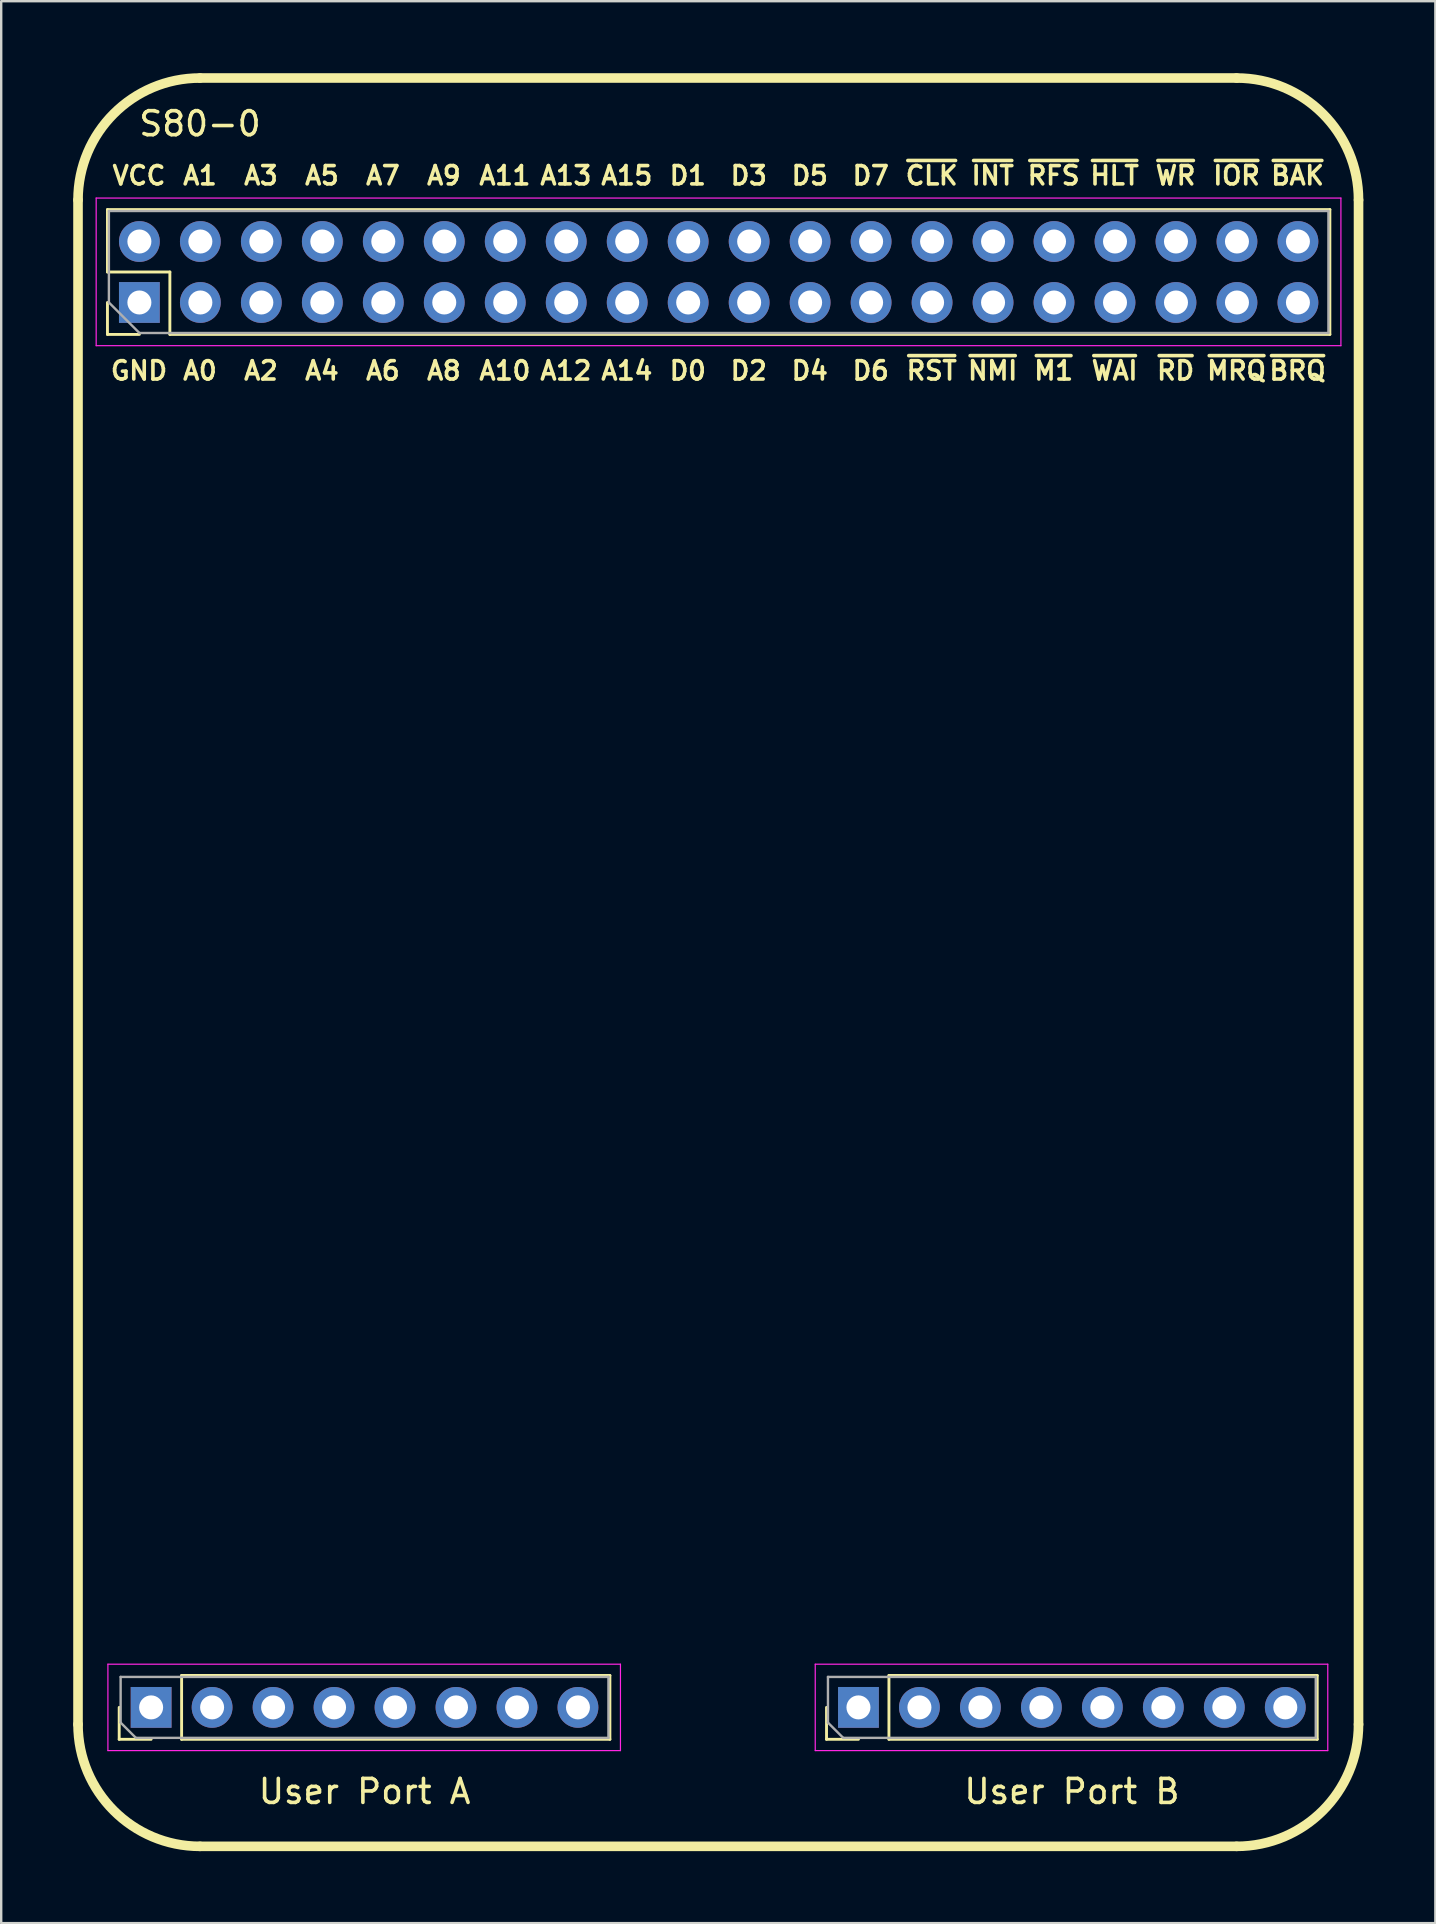
<source format=kicad_pcb>
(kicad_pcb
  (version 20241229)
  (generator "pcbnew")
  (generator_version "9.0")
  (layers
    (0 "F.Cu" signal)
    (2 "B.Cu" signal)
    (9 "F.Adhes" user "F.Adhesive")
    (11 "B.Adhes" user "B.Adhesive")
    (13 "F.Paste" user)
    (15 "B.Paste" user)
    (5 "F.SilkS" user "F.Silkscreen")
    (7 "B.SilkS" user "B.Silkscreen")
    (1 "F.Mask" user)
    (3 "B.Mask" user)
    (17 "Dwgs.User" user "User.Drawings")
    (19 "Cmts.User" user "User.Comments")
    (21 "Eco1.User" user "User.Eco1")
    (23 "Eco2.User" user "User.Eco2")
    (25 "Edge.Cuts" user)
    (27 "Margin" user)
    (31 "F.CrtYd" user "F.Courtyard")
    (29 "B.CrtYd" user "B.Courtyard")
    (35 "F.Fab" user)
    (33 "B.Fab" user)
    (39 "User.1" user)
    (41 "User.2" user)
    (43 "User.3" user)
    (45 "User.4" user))
  (footprint "S80-0"
    (layer "F.Cu")
    (at 26.87 37.03)
    (property "Reference" "S80-0" (at -21.59 -34.925 0) (layer "F.SilkS") (effects (font (size 1 1) (thickness 0.15))))
    (attr through_hole)
    (fp_line (start -26.67 -31.75) (end -26.67 31.75) (stroke (width 0.4) (type solid)) (layer "F.SilkS"))
    (fp_line (start -25.444 -31.35) (end 25.476 -31.35) (stroke (width 0.12) (type solid)) (layer "F.SilkS"))
    (fp_line (start -25.444 -28.75) (end -25.444 -31.35) (stroke (width 0.12) (type solid)) (layer "F.SilkS"))
    (fp_line (start -25.444 -26.15) (end -25.444 -27.48) (stroke (width 0.12) (type solid)) (layer "F.SilkS"))
    (fp_line (start -24.955 32.372) (end -24.955 31.042) (stroke (width 0.12) (type solid)) (layer "F.SilkS"))
    (fp_line (start -24.114 -26.15) (end -25.444 -26.15) (stroke (width 0.12) (type solid)) (layer "F.SilkS"))
    (fp_line (start -23.625 32.372) (end -24.955 32.372) (stroke (width 0.12) (type solid)) (layer "F.SilkS"))
    (fp_line (start -22.844 -28.75) (end -25.444 -28.75) (stroke (width 0.12) (type solid)) (layer "F.SilkS"))
    (fp_line (start -22.844 -26.15) (end -22.844 -28.75) (stroke (width 0.12) (type solid)) (layer "F.SilkS"))
    (fp_line (start -22.844 -26.15) (end 25.476 -26.15) (stroke (width 0.12) (type solid)) (layer "F.SilkS"))
    (fp_line (start -22.355 29.712) (end -4.515 29.712) (stroke (width 0.12) (type solid)) (layer "F.SilkS"))
    (fp_line (start -22.355 32.372) (end -22.355 29.712) (stroke (width 0.12) (type solid)) (layer "F.SilkS"))
    (fp_line (start -22.355 32.372) (end -4.515 32.372) (stroke (width 0.12) (type solid)) (layer "F.SilkS"))
    (fp_line (start -21.59 -36.83) (end 21.59 -36.83) (stroke (width 0.4) (type solid)) (layer "F.SilkS"))
    (fp_line (start -21.59 36.83) (end 21.59 36.83) (stroke (width 0.4) (type solid)) (layer "F.SilkS"))
    (fp_line (start -4.515 32.372) (end -4.515 29.712) (stroke (width 0.12) (type solid)) (layer "F.SilkS"))
    (fp_line (start 4.509 32.372) (end 4.509 31.042) (stroke (width 0.12) (type solid)) (layer "F.SilkS"))
    (fp_line (start 5.839 32.372) (end 4.509 32.372) (stroke (width 0.12) (type solid)) (layer "F.SilkS"))
    (fp_line (start 7.109 29.712) (end 24.949 29.712) (stroke (width 0.12) (type solid)) (layer "F.SilkS"))
    (fp_line (start 7.109 32.372) (end 7.109 29.712) (stroke (width 0.12) (type solid)) (layer "F.SilkS"))
    (fp_line (start 7.109 32.372) (end 24.949 32.372) (stroke (width 0.12) (type solid)) (layer "F.SilkS"))
    (fp_line (start 24.949 32.372) (end 24.949 29.712) (stroke (width 0.12) (type solid)) (layer "F.SilkS"))
    (fp_line (start 25.476 -26.15) (end 25.476 -31.35) (stroke (width 0.12) (type solid)) (layer "F.SilkS"))
    (fp_line (start 26.67 -31.75) (end 26.67 31.75) (stroke (width 0.4) (type solid)) (layer "F.SilkS"))
    (fp_arc (start -26.67 -31.75) (mid -25.182102 -35.342102) (end -21.59 -36.83) (stroke (width 0.4) (type solid)) (layer "F.SilkS"))
    (fp_arc (start -21.59 36.83) (mid -25.182102 35.342102) (end -26.67 31.75) (stroke (width 0.4) (type solid)) (layer "F.SilkS"))
    (fp_arc (start 21.59 -36.83) (mid 25.182102 -35.342102) (end 26.67 -31.75) (stroke (width 0.4) (type solid)) (layer "F.SilkS"))
    (fp_arc (start 26.67 31.75) (mid 25.182102 35.342102) (end 21.59 36.83) (stroke (width 0.4) (type solid)) (layer "F.SilkS"))
    (fp_line (start -25.914 -31.83) (end -25.914 -25.68) (stroke (width 0.05) (type solid)) (layer "F.CrtYd"))
    (fp_line (start -25.914 -25.68) (end 25.936 -25.68) (stroke (width 0.05) (type solid)) (layer "F.CrtYd"))
    (fp_line (start -25.425 29.242) (end -25.425 32.842) (stroke (width 0.05) (type solid)) (layer "F.CrtYd"))
    (fp_line (start -25.425 32.842) (end -4.075 32.842) (stroke (width 0.05) (type solid)) (layer "F.CrtYd"))
    (fp_line (start -4.075 29.242) (end -25.425 29.242) (stroke (width 0.05) (type solid)) (layer "F.CrtYd"))
    (fp_line (start -4.075 32.842) (end -4.075 29.242) (stroke (width 0.05) (type solid)) (layer "F.CrtYd"))
    (fp_line (start 4.039 29.242) (end 4.039 32.842) (stroke (width 0.05) (type solid)) (layer "F.CrtYd"))
    (fp_line (start 4.039 32.842) (end 25.389 32.842) (stroke (width 0.05) (type solid)) (layer "F.CrtYd"))
    (fp_line (start 25.389 29.242) (end 4.039 29.242) (stroke (width 0.05) (type solid)) (layer "F.CrtYd"))
    (fp_line (start 25.389 32.842) (end 25.389 29.242) (stroke (width 0.05) (type solid)) (layer "F.CrtYd"))
    (fp_line (start 25.936 -31.83) (end -25.914 -31.83) (stroke (width 0.05) (type solid)) (layer "F.CrtYd"))
    (fp_line (start 25.936 -25.68) (end 25.936 -31.83) (stroke (width 0.05) (type solid)) (layer "F.CrtYd"))
    (fp_line (start -25.384 -31.29) (end 25.416 -31.29) (stroke (width 0.1) (type solid)) (layer "F.Fab"))
    (fp_line (start -25.384 -27.48) (end -25.384 -31.29) (stroke (width 0.1) (type solid)) (layer "F.Fab"))
    (fp_line (start -24.895 29.772) (end -4.575 29.772) (stroke (width 0.1) (type solid)) (layer "F.Fab"))
    (fp_line (start -24.895 31.677) (end -24.895 29.772) (stroke (width 0.1) (type solid)) (layer "F.Fab"))
    (fp_line (start -24.26 32.312) (end -24.895 31.677) (stroke (width 0.1) (type solid)) (layer "F.Fab"))
    (fp_line (start -24.114 -26.21) (end -25.384 -27.48) (stroke (width 0.1) (type solid)) (layer "F.Fab"))
    (fp_line (start -4.575 29.772) (end -4.575 32.312) (stroke (width 0.1) (type solid)) (layer "F.Fab"))
    (fp_line (start -4.575 32.312) (end -24.26 32.312) (stroke (width 0.1) (type solid)) (layer "F.Fab"))
    (fp_line (start 4.569 29.772) (end 24.889 29.772) (stroke (width 0.1) (type solid)) (layer "F.Fab"))
    (fp_line (start 4.569 31.677) (end 4.569 29.772) (stroke (width 0.1) (type solid)) (layer "F.Fab"))
    (fp_line (start 5.204 32.312) (end 4.569 31.677) (stroke (width 0.1) (type solid)) (layer "F.Fab"))
    (fp_line (start 24.889 29.772) (end 24.889 32.312) (stroke (width 0.1) (type solid)) (layer "F.Fab"))
    (fp_line (start 24.889 32.312) (end 5.204 32.312) (stroke (width 0.1) (type solid)) (layer "F.Fab"))
    (fp_line (start 25.416 -31.29) (end 25.416 -26.21) (stroke (width 0.1) (type solid)) (layer "F.Fab"))
    (fp_line (start 25.416 -26.21) (end -24.114 -26.21) (stroke (width 0.1) (type solid)) (layer "F.Fab"))
    (fp_text user "D0" (at -1.27 -24.638 0) (layer "F.SilkS") (effects (font (size 0.762 0.762) (thickness 0.15))))
    (fp_text user "~{MRQ}" (at 21.59 -24.638 0) (layer "F.SilkS") (effects (font (size 0.762 0.762) (thickness 0.15))))
    (fp_text user "A1" (at -21.59 -32.766 0) (layer "F.SilkS") (effects (font (size 0.762 0.762) (thickness 0.15))))
    (fp_text user "D4" (at 3.81 -24.638 0) (layer "F.SilkS") (effects (font (size 0.762 0.762) (thickness 0.15))))
    (fp_text user "GND" (at -24.13 -24.638 0) (layer "F.SilkS") (effects (font (size 0.762 0.762) (thickness 0.15))))
    (fp_text user "~{INT}" (at 11.43 -32.766 0) (layer "F.SilkS") (effects (font (size 0.762 0.762) (thickness 0.15))))
    (fp_text user "~{WAI}" (at 16.51 -24.638 0) (layer "F.SilkS") (effects (font (size 0.762 0.762) (thickness 0.15))))
    (fp_text user "A4" (at -16.51 -24.638 0) (layer "F.SilkS") (effects (font (size 0.762 0.762) (thickness 0.15))))
    (fp_text user "~{HLT}" (at 16.51 -32.766 0) (layer "F.SilkS") (effects (font (size 0.762 0.762) (thickness 0.15))))
    (fp_text user "D7" (at 6.35 -32.766 0) (layer "F.SilkS") (effects (font (size 0.762 0.762) (thickness 0.15))))
    (fp_text user "A0" (at -21.59 -24.638 0) (layer "F.SilkS") (effects (font (size 0.762 0.762) (thickness 0.15))))
    (fp_text user "A7" (at -13.97 -32.766 0) (layer "F.SilkS") (effects (font (size 0.762 0.762) (thickness 0.15))))
    (fp_text user "A11" (at -8.89 -32.766 0) (layer "F.SilkS") (effects (font (size 0.762 0.762) (thickness 0.15))))
    (fp_text user "VCC" (at -24.13 -32.766 0) (layer "F.SilkS") (effects (font (size 0.762 0.762) (thickness 0.15))))
    (fp_text user "A3" (at -19.05 -32.766 0) (layer "F.SilkS") (effects (font (size 0.762 0.762) (thickness 0.15))))
    (fp_text user "D2" (at 1.27 -24.638 0) (layer "F.SilkS") (effects (font (size 0.762 0.762) (thickness 0.15))))
    (fp_text user "~{CLK}" (at 8.89 -32.766 0) (layer "F.SilkS") (effects (font (size 0.762 0.762) (thickness 0.15))))
    (fp_text user "D6" (at 6.35 -24.638 0) (layer "F.SilkS") (effects (font (size 0.762 0.762) (thickness 0.15))))
    (fp_text user "A10" (at -8.89 -24.638 0) (layer "F.SilkS") (effects (font (size 0.762 0.762) (thickness 0.15))))
    (fp_text user "A15" (at -3.81 -32.766 0) (layer "F.SilkS") (effects (font (size 0.762 0.762) (thickness 0.15))))
    (fp_text user "User Port B" (at 14.732 34.544 0) (layer "F.SilkS") (effects (font (size 1 1) (thickness 0.15))))
    (fp_text user "~{RST}" (at 8.89 -24.638 0) (layer "F.SilkS") (effects (font (size 0.762 0.762) (thickness 0.15))))
    (fp_text user "A8" (at -11.43 -24.638 0) (layer "F.SilkS") (effects (font (size 0.762 0.762) (thickness 0.15))))
    (fp_text user "A2" (at -19.05 -24.638 0) (layer "F.SilkS") (effects (font (size 0.762 0.762) (thickness 0.15))))
    (fp_text user "D1" (at -1.27 -32.766 0) (layer "F.SilkS") (effects (font (size 0.762 0.762) (thickness 0.15))))
    (fp_text user "~{RFS}" (at 13.97 -32.766 0) (layer "F.SilkS") (effects (font (size 0.762 0.762) (thickness 0.15))))
    (fp_text user "~{BAK}" (at 24.13 -32.766 0) (layer "F.SilkS") (effects (font (size 0.762 0.762) (thickness 0.15))))
    (fp_text user "~{M1}" (at 13.97 -24.638 0) (layer "F.SilkS") (effects (font (size 0.762 0.762) (thickness 0.15))))
    (fp_text user "~{BRQ}" (at 24.13 -24.638 0) (layer "F.SilkS") (effects (font (size 0.762 0.762) (thickness 0.15))))
    (fp_text user "A5" (at -16.51 -32.766 0) (layer "F.SilkS") (effects (font (size 0.762 0.762) (thickness 0.15))))
    (fp_text user "A13" (at -6.35 -32.766 0) (layer "F.SilkS") (effects (font (size 0.762 0.762) (thickness 0.15))))
    (fp_text user "~{NMI}" (at 11.43 -24.638 0) (layer "F.SilkS") (effects (font (size 0.762 0.762) (thickness 0.15))))
    (fp_text user "~{IOR}" (at 21.59 -32.766 0) (layer "F.SilkS") (effects (font (size 0.762 0.762) (thickness 0.15))))
    (fp_text user "D3" (at 1.27 -32.766 0) (layer "F.SilkS") (effects (font (size 0.762 0.762) (thickness 0.15))))
    (fp_text user "A9" (at -11.43 -32.766 0) (layer "F.SilkS") (effects (font (size 0.762 0.762) (thickness 0.15))))
    (fp_text user "D5" (at 3.81 -32.766 0) (layer "F.SilkS") (effects (font (size 0.762 0.762) (thickness 0.15))))
    (fp_text user "User Port A" (at -14.732 34.544 0) (layer "F.SilkS") (effects (font (size 1 1) (thickness 0.15))))
    (fp_text user "A14" (at -3.81 -24.638 0) (layer "F.SilkS") (effects (font (size 0.762 0.762) (thickness 0.15))))
    (fp_text user "~{WR}" (at 19.05 -32.766 0) (layer "F.SilkS") (effects (font (size 0.762 0.762) (thickness 0.15))))
    (fp_text user "A6" (at -13.97 -24.638 0) (layer "F.SilkS") (effects (font (size 0.762 0.762) (thickness 0.15))))
    (fp_text user "~{RD}" (at 19.05 -24.638 0) (layer "F.SilkS") (effects (font (size 0.762 0.762) (thickness 0.15))))
    (fp_text user "A12" (at -6.35 -24.638 0) (layer "F.SilkS") (effects (font (size 0.762 0.762) (thickness 0.15))))
    (pad "1" thru_hole rect (at -24.114 -27.48 90) (size 1.7 1.7) (drill 1) (layers "*.Cu" "*.Mask"))
    (pad "2" thru_hole oval (at -24.114 -30.02 90) (size 1.7 1.7) (drill 1) (layers "*.Cu" "*.Mask"))
    (pad "3" thru_hole oval (at -21.574 -27.48 90) (size 1.7 1.7) (drill 1) (layers "*.Cu" "*.Mask"))
    (pad "4" thru_hole oval (at -21.574 -30.02 90) (size 1.7 1.7) (drill 1) (layers "*.Cu" "*.Mask"))
    (pad "5" thru_hole oval (at -19.034 -27.48 90) (size 1.7 1.7) (drill 1) (layers "*.Cu" "*.Mask"))
    (pad "6" thru_hole oval (at -19.034 -30.02 90) (size 1.7 1.7) (drill 1) (layers "*.Cu" "*.Mask"))
    (pad "7" thru_hole oval (at -16.494 -27.48 90) (size 1.7 1.7) (drill 1) (layers "*.Cu" "*.Mask"))
    (pad "8" thru_hole oval (at -16.494 -30.02 90) (size 1.7 1.7) (drill 1) (layers "*.Cu" "*.Mask"))
    (pad "9" thru_hole oval (at -13.954 -27.48 90) (size 1.7 1.7) (drill 1) (layers "*.Cu" "*.Mask"))
    (pad "10" thru_hole oval (at -13.954 -30.02 90) (size 1.7 1.7) (drill 1) (layers "*.Cu" "*.Mask"))
    (pad "11" thru_hole oval (at -11.414 -27.48 90) (size 1.7 1.7) (drill 1) (layers "*.Cu" "*.Mask"))
    (pad "12" thru_hole oval (at -11.414 -30.02 90) (size 1.7 1.7) (drill 1) (layers "*.Cu" "*.Mask"))
    (pad "13" thru_hole oval (at -8.874 -27.48 90) (size 1.7 1.7) (drill 1) (layers "*.Cu" "*.Mask"))
    (pad "14" thru_hole oval (at -8.874 -30.02 90) (size 1.7 1.7) (drill 1) (layers "*.Cu" "*.Mask"))
    (pad "15" thru_hole oval (at -6.334 -27.48 90) (size 1.7 1.7) (drill 1) (layers "*.Cu" "*.Mask"))
    (pad "16" thru_hole oval (at -6.334 -30.02 90) (size 1.7 1.7) (drill 1) (layers "*.Cu" "*.Mask"))
    (pad "17" thru_hole oval (at -3.794 -27.48 90) (size 1.7 1.7) (drill 1) (layers "*.Cu" "*.Mask"))
    (pad "18" thru_hole oval (at -3.794 -30.02 90) (size 1.7 1.7) (drill 1) (layers "*.Cu" "*.Mask"))
    (pad "19" thru_hole oval (at -1.254 -27.48 90) (size 1.7 1.7) (drill 1) (layers "*.Cu" "*.Mask"))
    (pad "20" thru_hole oval (at -1.254 -30.02 90) (size 1.7 1.7) (drill 1) (layers "*.Cu" "*.Mask"))
    (pad "21" thru_hole oval (at 1.286 -27.48 90) (size 1.7 1.7) (drill 1) (layers "*.Cu" "*.Mask"))
    (pad "22" thru_hole oval (at 1.286 -30.02 90) (size 1.7 1.7) (drill 1) (layers "*.Cu" "*.Mask"))
    (pad "23" thru_hole oval (at 3.826 -27.48 90) (size 1.7 1.7) (drill 1) (layers "*.Cu" "*.Mask"))
    (pad "24" thru_hole oval (at 3.826 -30.02 90) (size 1.7 1.7) (drill 1) (layers "*.Cu" "*.Mask"))
    (pad "25" thru_hole oval (at 6.366 -27.48 90) (size 1.7 1.7) (drill 1) (layers "*.Cu" "*.Mask"))
    (pad "26" thru_hole oval (at 6.366 -30.02 90) (size 1.7 1.7) (drill 1) (layers "*.Cu" "*.Mask"))
    (pad "27" thru_hole oval (at 8.906 -27.48 90) (size 1.7 1.7) (drill 1) (layers "*.Cu" "*.Mask"))
    (pad "28" thru_hole oval (at 8.906 -30.02 90) (size 1.7 1.7) (drill 1) (layers "*.Cu" "*.Mask"))
    (pad "29" thru_hole oval (at 11.446 -27.48 90) (size 1.7 1.7) (drill 1) (layers "*.Cu" "*.Mask"))
    (pad "30" thru_hole oval (at 11.446 -30.02 90) (size 1.7 1.7) (drill 1) (layers "*.Cu" "*.Mask"))
    (pad "31" thru_hole oval (at 13.986 -27.48 90) (size 1.7 1.7) (drill 1) (layers "*.Cu" "*.Mask"))
    (pad "32" thru_hole oval (at 13.986 -30.02 90) (size 1.7 1.7) (drill 1) (layers "*.Cu" "*.Mask"))
    (pad "33" thru_hole oval (at 16.526 -27.48 90) (size 1.7 1.7) (drill 1) (layers "*.Cu" "*.Mask"))
    (pad "34" thru_hole oval (at 16.526 -30.02 90) (size 1.7 1.7) (drill 1) (layers "*.Cu" "*.Mask"))
    (pad "35" thru_hole oval (at 19.066 -27.48 90) (size 1.7 1.7) (drill 1) (layers "*.Cu" "*.Mask"))
    (pad "36" thru_hole oval (at 19.066 -30.02 90) (size 1.7 1.7) (drill 1) (layers "*.Cu" "*.Mask"))
    (pad "37" thru_hole oval (at 21.606 -27.48 90) (size 1.7 1.7) (drill 1) (layers "*.Cu" "*.Mask"))
    (pad "38" thru_hole oval (at 21.606 -30.02 90) (size 1.7 1.7) (drill 1) (layers "*.Cu" "*.Mask"))
    (pad "39" thru_hole oval (at 24.146 -27.48 90) (size 1.7 1.7) (drill 1) (layers "*.Cu" "*.Mask"))
    (pad "40" thru_hole oval (at 24.146 -30.02 90) (size 1.7 1.7) (drill 1) (layers "*.Cu" "*.Mask"))
    (pad "41" thru_hole rect (at -23.625 31.042 90) (size 1.7 1.7) (drill 1) (layers "*.Cu" "*.Mask"))
    (pad "42" thru_hole oval (at -21.085 31.042 90) (size 1.7 1.7) (drill 1) (layers "*.Cu" "*.Mask"))
    (pad "43" thru_hole oval (at -18.545 31.042 90) (size 1.7 1.7) (drill 1) (layers "*.Cu" "*.Mask"))
    (pad "44" thru_hole oval (at -16.005 31.042 90) (size 1.7 1.7) (drill 1) (layers "*.Cu" "*.Mask"))
    (pad "45" thru_hole oval (at -13.465 31.042 90) (size 1.7 1.7) (drill 1) (layers "*.Cu" "*.Mask"))
    (pad "46" thru_hole oval (at -10.925 31.042 90) (size 1.7 1.7) (drill 1) (layers "*.Cu" "*.Mask"))
    (pad "47" thru_hole oval (at -8.385 31.042 90) (size 1.7 1.7) (drill 1) (layers "*.Cu" "*.Mask"))
    (pad "48" thru_hole oval (at -5.845 31.042 90) (size 1.7 1.7) (drill 1) (layers "*.Cu" "*.Mask"))
    (pad "49" thru_hole rect (at 5.839 31.042 90) (size 1.7 1.7) (drill 1) (layers "*.Cu" "*.Mask"))
    (pad "50" thru_hole oval (at 8.379 31.042 90) (size 1.7 1.7) (drill 1) (layers "*.Cu" "*.Mask"))
    (pad "51" thru_hole oval (at 10.919 31.042 90) (size 1.7 1.7) (drill 1) (layers "*.Cu" "*.Mask"))
    (pad "52" thru_hole oval (at 13.459 31.042 90) (size 1.7 1.7) (drill 1) (layers "*.Cu" "*.Mask"))
    (pad "53" thru_hole oval (at 15.999 31.042 90) (size 1.7 1.7) (drill 1) (layers "*.Cu" "*.Mask"))
    (pad "54" thru_hole oval (at 18.539 31.042 90) (size 1.7 1.7) (drill 1) (layers "*.Cu" "*.Mask"))
    (pad "55" thru_hole oval (at 21.079 31.042 90) (size 1.7 1.7) (drill 1) (layers "*.Cu" "*.Mask"))
    (pad "56" thru_hole oval (at 23.619 31.042 90) (size 1.7 1.7) (drill 1) (layers "*.Cu" "*.Mask")))
  (gr_rect
    (start -3 -3)
    (end 56.74 77.06)
    (stroke (width 0.1) (type default))
    (fill no)
    (layer "Edge.Cuts")))
</source>
